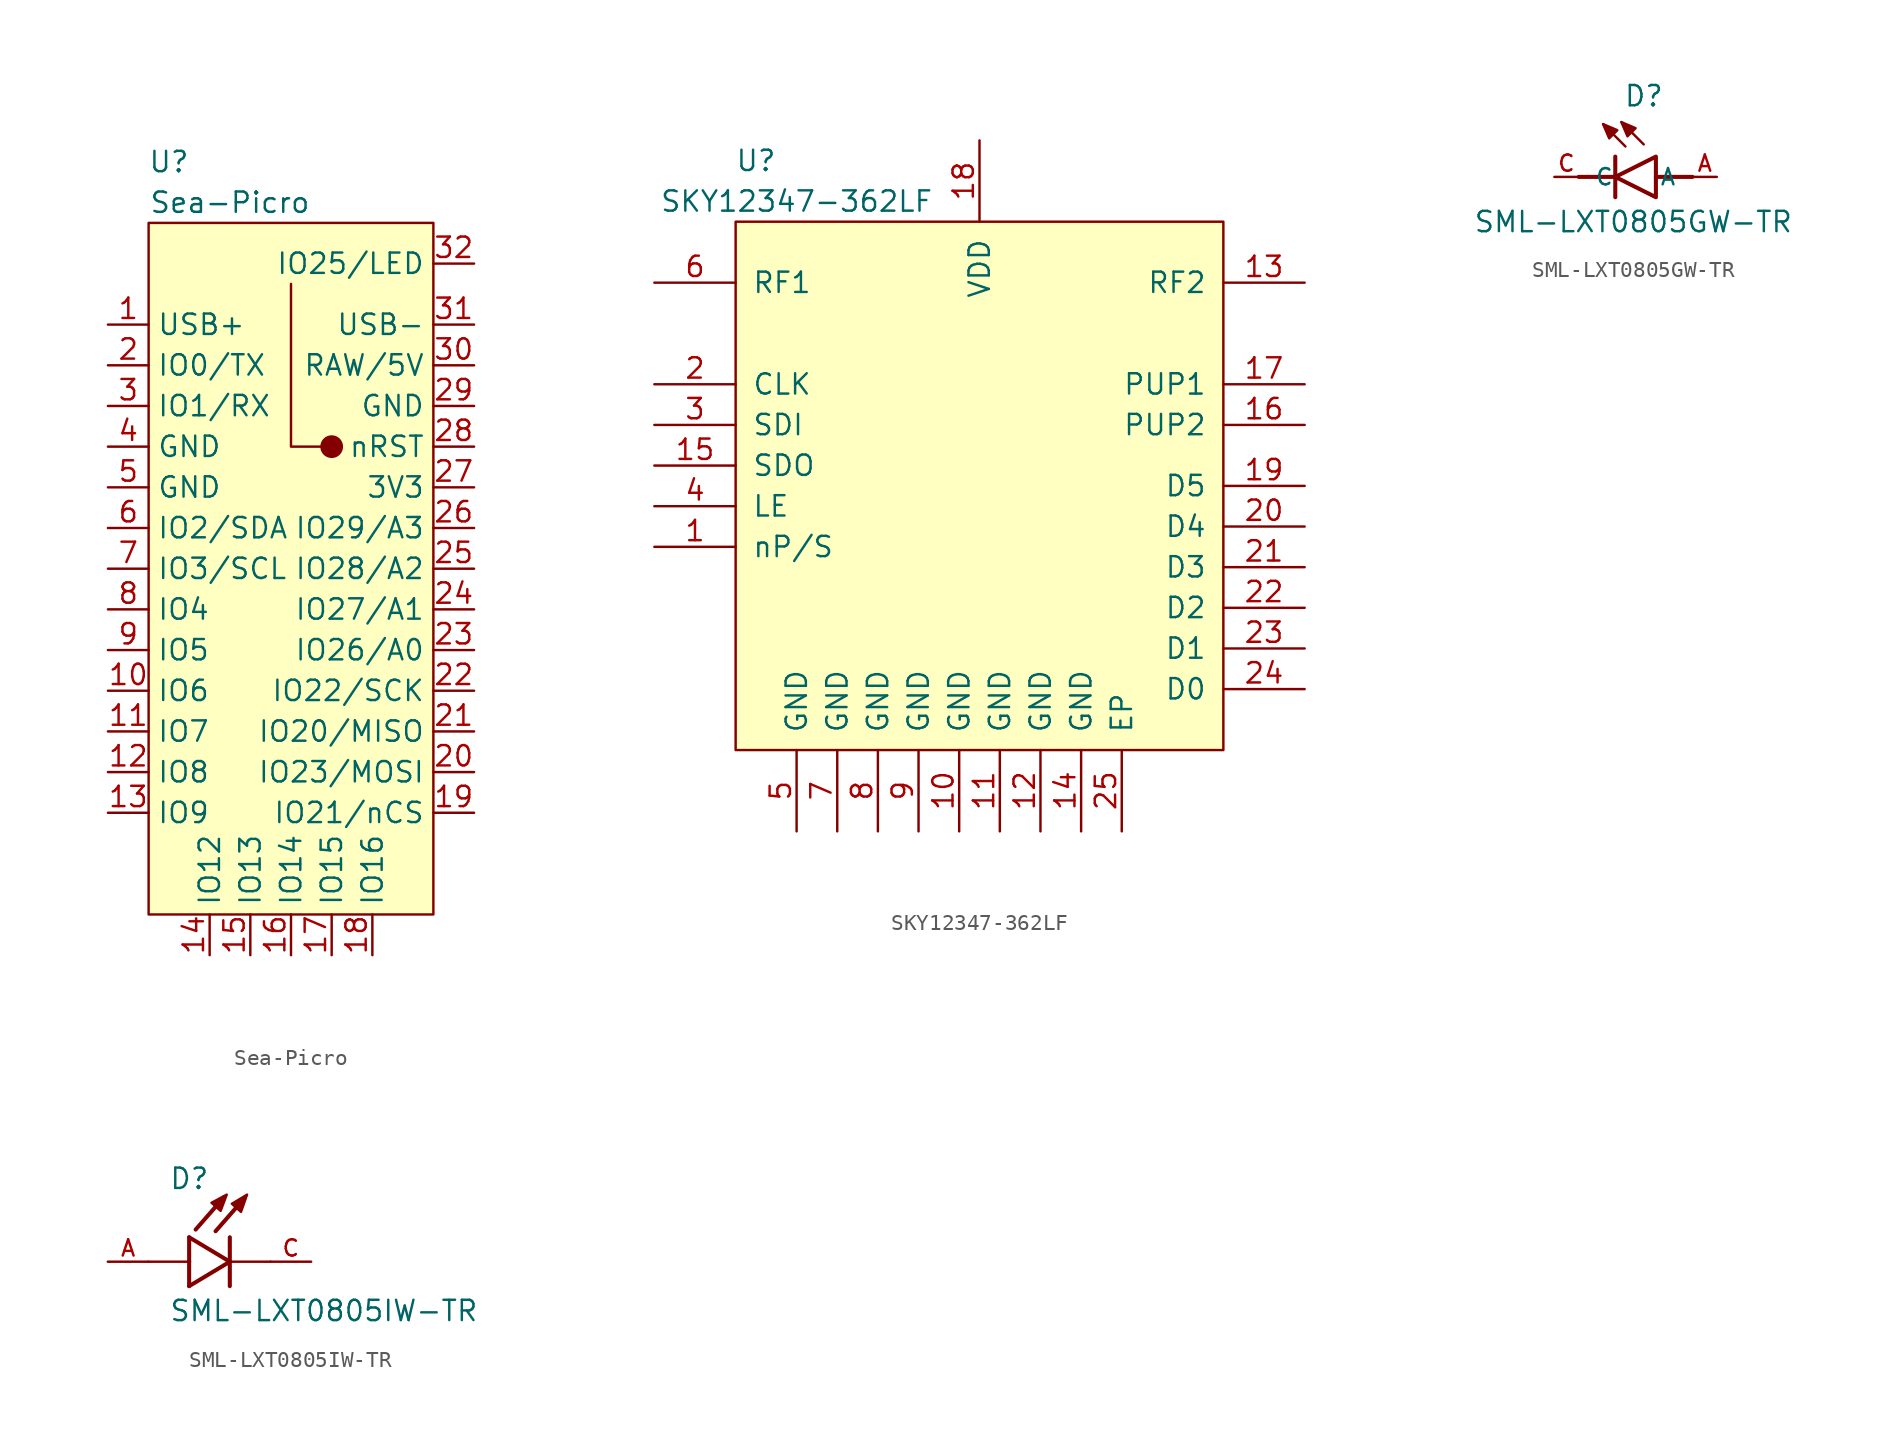
<source format=kicad_sym>
(kicad_symbol_lib
  (version 20231120)
  (generator "kicad_symbol_editor")
  (generator_version "8.0")
  (symbol "Sea-Picro"
    (property "Reference" "U"
      (at -7.62 26.67 0)
      (effects (font (size 1.27 1.27))))
    (property "Value" "Sea-Picro"
      (at -3.81 24.13 0)
      (effects (font (size 1.27 1.27))))
    (symbol "Sea-Picro_0_1"
      (rectangle (start -8.89 22.86) (end 8.89 -20.32) (stroke (width 0) (type default)) (fill (type background)))
      (polyline (pts (xy 1.905 8.89) (xy 0 8.89) (xy 0 19.05) (xy 0 19.05)) (stroke (width 0) (type default)) (fill (type none)))
      (circle (center 2.54 8.89) (radius 0.635) (stroke (width 0) (type default)) (fill (type outline))))
    (symbol "Sea-Picro_1_1"
      (pin bidirectional line (at -11.43 16.51 0) (length 2.54) (name "USB+" (effects (font (size 1.27 1.27)))) (number "1" (effects (font (size 1.27 1.27)))))
      (pin bidirectional line (at -11.43 -6.35 0) (length 2.54) (name "IO6" (effects (font (size 1.27 1.27)))) (number "10" (effects (font (size 1.27 1.27)))))
      (pin bidirectional line (at -11.43 -8.89 0) (length 2.54) (name "IO7" (effects (font (size 1.27 1.27)))) (number "11" (effects (font (size 1.27 1.27)))))
      (pin bidirectional line (at -11.43 -11.43 0) (length 2.54) (name "IO8" (effects (font (size 1.27 1.27)))) (number "12" (effects (font (size 1.27 1.27)))))
      (pin bidirectional line (at -11.43 -13.97 0) (length 2.54) (name "IO9" (effects (font (size 1.27 1.27)))) (number "13" (effects (font (size 1.27 1.27)))))
      (pin bidirectional line (at -5.08 -22.86 90) (length 2.54) (name "IO12" (effects (font (size 1.27 1.27)))) (number "14" (effects (font (size 1.27 1.27)))))
      (pin bidirectional line (at -2.54 -22.86 90) (length 2.54) (name "IO13" (effects (font (size 1.27 1.27)))) (number "15" (effects (font (size 1.27 1.27)))))
      (pin bidirectional line (at 0 -22.86 90) (length 2.54) (name "IO14" (effects (font (size 1.27 1.27)))) (number "16" (effects (font (size 1.27 1.27)))))
      (pin bidirectional line (at 2.54 -22.86 90) (length 2.54) (name "IO15" (effects (font (size 1.27 1.27)))) (number "17" (effects (font (size 1.27 1.27)))))
      (pin bidirectional line (at 5.08 -22.86 90) (length 2.54) (name "IO16" (effects (font (size 1.27 1.27)))) (number "18" (effects (font (size 1.27 1.27)))))
      (pin bidirectional line (at 11.43 -13.97 180) (length 2.54) (name "IO21/nCS" (effects (font (size 1.27 1.27)))) (number "19" (effects (font (size 1.27 1.27)))))
      (pin bidirectional line (at -11.43 13.97 0) (length 2.54) (name "IO0/TX" (effects (font (size 1.27 1.27)))) (number "2" (effects (font (size 1.27 1.27)))))
      (pin bidirectional line (at 11.43 -11.43 180) (length 2.54) (name "IO23/MOSI" (effects (font (size 1.27 1.27)))) (number "20" (effects (font (size 1.27 1.27)))))
      (pin bidirectional line (at 11.43 -8.89 180) (length 2.54) (name "IO20/MISO" (effects (font (size 1.27 1.27)))) (number "21" (effects (font (size 1.27 1.27)))))
      (pin bidirectional line (at 11.43 -6.35 180) (length 2.54) (name "IO22/SCK" (effects (font (size 1.27 1.27)))) (number "22" (effects (font (size 1.27 1.27)))))
      (pin bidirectional line (at 11.43 -3.81 180) (length 2.54) (name "IO26/A0" (effects (font (size 1.27 1.27)))) (number "23" (effects (font (size 1.27 1.27)))))
      (pin bidirectional line (at 11.43 -1.27 180) (length 2.54) (name "IO27/A1" (effects (font (size 1.27 1.27)))) (number "24" (effects (font (size 1.27 1.27)))))
      (pin bidirectional line (at 11.43 1.27 180) (length 2.54) (name "IO28/A2" (effects (font (size 1.27 1.27)))) (number "25" (effects (font (size 1.27 1.27)))))
      (pin bidirectional line (at 11.43 3.81 180) (length 2.54) (name "IO29/A3" (effects (font (size 1.27 1.27)))) (number "26" (effects (font (size 1.27 1.27)))))
      (pin power_out line (at 11.43 6.35 180) (length 2.54) (name "3V3" (effects (font (size 1.27 1.27)))) (number "27" (effects (font (size 1.27 1.27)))))
      (pin bidirectional line (at 11.43 8.89 180) (length 2.54) (name "nRST" (effects (font (size 1.27 1.27)))) (number "28" (effects (font (size 1.27 1.27)))))
      (pin power_in line (at 11.43 11.43 180) (length 2.54) (name "GND" (effects (font (size 1.27 1.27)))) (number "29" (effects (font (size 1.27 1.27)))))
      (pin bidirectional line (at -11.43 11.43 0) (length 2.54) (name "IO1/RX" (effects (font (size 1.27 1.27)))) (number "3" (effects (font (size 1.27 1.27)))))
      (pin power_in line (at 11.43 13.97 180) (length 2.54) (name "RAW/5V" (effects (font (size 1.27 1.27)))) (number "30" (effects (font (size 1.27 1.27)))))
      (pin bidirectional line (at 11.43 16.51 180) (length 2.54) (name "USB-" (effects (font (size 1.27 1.27)))) (number "31" (effects (font (size 1.27 1.27)))))
      (pin bidirectional line (at 11.43 20.32 180) (length 2.54) (name "IO25/LED" (effects (font (size 1.27 1.27)))) (number "32" (effects (font (size 1.27 1.27)))))
      (pin power_in line (at -11.43 8.89 0) (length 2.54) (name "GND" (effects (font (size 1.27 1.27)))) (number "4" (effects (font (size 1.27 1.27)))))
      (pin power_in line (at -11.43 6.35 0) (length 2.54) (name "GND" (effects (font (size 1.27 1.27)))) (number "5" (effects (font (size 1.27 1.27)))))
      (pin bidirectional line (at -11.43 3.81 0) (length 2.54) (name "IO2/SDA" (effects (font (size 1.27 1.27)))) (number "6" (effects (font (size 1.27 1.27)))))
      (pin bidirectional line (at -11.43 1.27 0) (length 2.54) (name "IO3/SCL" (effects (font (size 1.27 1.27)))) (number "7" (effects (font (size 1.27 1.27)))))
      (pin bidirectional line (at -11.43 -1.27 0) (length 2.54) (name "IO4" (effects (font (size 1.27 1.27)))) (number "8" (effects (font (size 1.27 1.27)))))
      (pin bidirectional line (at -11.43 -3.81 0) (length 2.54) (name "IO5" (effects (font (size 1.27 1.27)))) (number "9" (effects (font (size 1.27 1.27)))))))
  (symbol "SKY12347-362LF"
    (pin_names
      (offset 1.016))
    (property "Reference" "U"
      (at -13.97 19.05 0)
      (effects (font (size 1.27 1.27))))
    (property "Value" "SKY12347-362LF"
      (at -11.43 16.51 0)
      (effects (font (size 1.27 1.27))))
    (symbol "SKY12347-362LF_0_0"
      (pin bidirectional line (at -20.32 -5.08 0) (length 5.08) (name "nP/S" (effects (font (size 1.27 1.27)))) (number "1" (effects (font (size 1.27 1.27)))))
      (pin power_in line (at -1.27 -22.86 90) (length 5.08) (name "GND" (effects (font (size 1.27 1.27)))) (number "10" (effects (font (size 1.27 1.27)))))
      (pin power_in line (at 0 20.32 270) (length 5.08) (name "VDD" (effects (font (size 1.27 1.27)))) (number "18" (effects (font (size 1.27 1.27)))))
      (pin power_in line (at -6.35 -22.86 90) (length 5.08) (name "GND" (effects (font (size 1.27 1.27)))) (number "8" (effects (font (size 1.27 1.27)))))
      (pin power_in line (at -3.81 -22.86 90) (length 5.08) (name "GND" (effects (font (size 1.27 1.27)))) (number "9" (effects (font (size 1.27 1.27))))))
    (symbol "SKY12347-362LF_0_1"
      (rectangle (start -15.24 15.24) (end 15.24 -17.78) (stroke (width 0) (type default)) (fill (type background))))
    (symbol "SKY12347-362LF_1_0"
      (pin power_in line (at 1.27 -22.86 90) (length 5.08) (name "GND" (effects (font (size 1.27 1.27)))) (number "11" (effects (font (size 1.27 1.27)))))
      (pin power_in line (at 3.81 -22.86 90) (length 5.08) (name "GND" (effects (font (size 1.27 1.27)))) (number "12" (effects (font (size 1.27 1.27)))))
      (pin bidirectional line (at 20.32 11.43 180) (length 5.08) (name "RF2" (effects (font (size 1.27 1.27)))) (number "13" (effects (font (size 1.27 1.27)))))
      (pin power_in line (at 6.35 -22.86 90) (length 5.08) (name "GND" (effects (font (size 1.27 1.27)))) (number "14" (effects (font (size 1.27 1.27)))))
      (pin bidirectional line (at -20.32 0 0) (length 5.08) (name "SDO" (effects (font (size 1.27 1.27)))) (number "15" (effects (font (size 1.27 1.27)))))
      (pin power_in line (at 20.32 5.08 180) (length 5.08) (name "PUP1" (effects (font (size 1.27 1.27)))) (number "17" (effects (font (size 1.27 1.27)))))
      (pin bidirectional line (at 20.32 -1.27 180) (length 5.08) (name "D5" (effects (font (size 1.27 1.27)))) (number "19" (effects (font (size 1.27 1.27)))))
      (pin bidirectional line (at -20.32 5.08 0) (length 5.08) (name "CLK" (effects (font (size 1.27 1.27)))) (number "2" (effects (font (size 1.27 1.27)))))
      (pin bidirectional line (at 20.32 -3.81 180) (length 5.08) (name "D4" (effects (font (size 1.27 1.27)))) (number "20" (effects (font (size 1.27 1.27)))))
      (pin bidirectional line (at 20.32 -6.35 180) (length 5.08) (name "D3" (effects (font (size 1.27 1.27)))) (number "21" (effects (font (size 1.27 1.27)))))
      (pin bidirectional line (at 20.32 -8.89 180) (length 5.08) (name "D2" (effects (font (size 1.27 1.27)))) (number "22" (effects (font (size 1.27 1.27)))))
      (pin bidirectional line (at 20.32 -11.43 180) (length 5.08) (name "D1" (effects (font (size 1.27 1.27)))) (number "23" (effects (font (size 1.27 1.27)))))
      (pin bidirectional line (at 20.32 -13.97 180) (length 5.08) (name "D0" (effects (font (size 1.27 1.27)))) (number "24" (effects (font (size 1.27 1.27)))))
      (pin bidirectional line (at -20.32 2.54 0) (length 5.08) (name "SDI" (effects (font (size 1.27 1.27)))) (number "3" (effects (font (size 1.27 1.27)))))
      (pin bidirectional line (at -20.32 -2.54 0) (length 5.08) (name "LE" (effects (font (size 1.27 1.27)))) (number "4" (effects (font (size 1.27 1.27)))))
      (pin power_in line (at -11.43 -22.86 90) (length 5.08) (name "GND" (effects (font (size 1.27 1.27)))) (number "5" (effects (font (size 1.27 1.27)))))
      (pin bidirectional line (at -20.32 11.43 0) (length 5.08) (name "RF1" (effects (font (size 1.27 1.27)))) (number "6" (effects (font (size 1.27 1.27)))))
      (pin power_in line (at -8.89 -22.86 90) (length 5.08) (name "GND" (effects (font (size 1.27 1.27)))) (number "7" (effects (font (size 1.27 1.27))))))
    (symbol "SKY12347-362LF_1_1"
      (pin power_in line (at 20.32 2.54 180) (length 5.08) (name "PUP2" (effects (font (size 1.27 1.27)))) (number "16" (effects (font (size 1.27 1.27)))))
      (pin power_in line (at 8.89 -22.86 90) (length 5.08) (name "EP" (effects (font (size 1.27 1.27)))) (number "25" (effects (font (size 1.27 1.27)))))))
  (symbol "SML-LXT0805GW-TR"
    (pin_names
      (offset 1.016))
    (property "Reference" "D"
      (at 0.508 4.318 0)
      (effects (font (size 1.27 1.27)) (justify left bottom)))
    (property "Value" "SML-LXT0805GW-TR"
      (at -8.89 -3.556 0)
      (effects (font (size 1.27 1.27)) (justify left bottom)))
    (symbol "SML-LXT0805GW-TR_0_0"
      (polyline (pts (xy -2.286 0) (xy 0 0)) (stroke (width 0.254) (type default)) (fill (type none)))
      (polyline (pts (xy 0 -1.27) (xy 0 0)) (stroke (width 0.254) (type default)) (fill (type none)))
      (polyline (pts (xy 0 0) (xy 0 1.27)) (stroke (width 0.254) (type default)) (fill (type none)))
      (polyline (pts (xy 0.635 1.905) (xy -0.762 3.302)) (stroke (width 0.152) (type default)) (fill (type none)))
      (polyline (pts (xy 1.778 2.032) (xy 0.381 3.429)) (stroke (width 0.152) (type default)) (fill (type none)))
      (polyline (pts (xy 2.54 0) (xy 4.826 0)) (stroke (width 0.254) (type default)) (fill (type none)))
      (polyline (pts (xy -0.762 3.302) (xy 0.127 2.921) (xy -0.381 2.413) (xy -0.762 3.302)) (stroke (width 0.152) (type default)) (fill (type outline)))
      (polyline (pts (xy 0.381 3.429) (xy 1.27 3.048) (xy 0.762 2.54) (xy 0.381 3.429)) (stroke (width 0.152) (type default)) (fill (type outline)))
      (pin passive line (at 6.35 0 180) (length 1.5) (name "A" (effects (font (size 1.016 1.016)))) (number "A" (effects (font (size 1.016 1.016)))))
      (pin passive line (at -3.81 0 0) (length 1.5) (name "C" (effects (font (size 1.016 1.016)))) (number "C" (effects (font (size 1.016 1.016))))))
    (symbol "SML-LXT0805GW-TR_0_1"
      (polyline (pts (xy 2.54 1.27) (xy 2.54 -1.27) (xy 0 0) (xy 2.54 1.27)) (stroke (width 0.254) (type default)) (fill (type none)))))
  (symbol "SML-LXT0805IW-TR"
    (pin_names
      (offset 1.016))
    (property "Reference" "D"
      (at -3.81 4.445 0)
      (effects (font (size 1.27 1.27)) (justify left bottom)))
    (property "Value" "SML-LXT0805IW-TR"
      (at -3.81 -3.81 0)
      (effects (font (size 1.27 1.27)) (justify left bottom)))
    (symbol "SML-LXT0805IW-TR_0_0"
      (polyline (pts (xy -2.54 -1.524) (xy 0 0)) (stroke (width 0.254) (type default)) (fill (type none)))
      (polyline (pts (xy -2.54 0) (xy -5.08 0)) (stroke (width 0.152) (type default)) (fill (type none)))
      (polyline (pts (xy -2.54 0) (xy -2.54 -1.524)) (stroke (width 0.254) (type default)) (fill (type none)))
      (polyline (pts (xy -2.54 1.524) (xy -2.54 0)) (stroke (width 0.254) (type default)) (fill (type none)))
      (polyline (pts (xy -0.356 4.039) (xy -2.134 2.007)) (stroke (width 0.254) (type default)) (fill (type none)))
      (polyline (pts (xy 0 0) (xy -2.54 1.524)) (stroke (width 0.254) (type default)) (fill (type none)))
      (polyline (pts (xy 0 0) (xy 0 -1.524)) (stroke (width 0.254) (type default)) (fill (type none)))
      (polyline (pts (xy 0 1.524) (xy 0 0)) (stroke (width 0.254) (type default)) (fill (type none)))
      (polyline (pts (xy 0.889 3.937) (xy -0.889 1.905)) (stroke (width 0.254) (type default)) (fill (type none)))
      (polyline (pts (xy 2.54 0) (xy 0 0)) (stroke (width 0.152) (type default)) (fill (type none)))
      (polyline (pts (xy -1.143 3.683) (xy -0.572 3.175) (xy -0.191 4.191) (xy -1.143 3.683)) (stroke (width 0.152) (type default)) (fill (type outline)))
      (polyline (pts (xy 0.127 3.619) (xy 0.699 3.111) (xy 1.079 4.191) (xy 0.127 3.619)) (stroke (width 0.152) (type default)) (fill (type outline)))
      (pin passive line (at -7.62 0 0) (length 2.54) (name "~" (effects (font (size 1.016 1.016)))) (number "A" (effects (font (size 1.016 1.016)))))
      (pin passive line (at 5.08 0 180) (length 2.54) (name "~" (effects (font (size 1.016 1.016)))) (number "C" (effects (font (size 1.016 1.016))))))))
</source>
